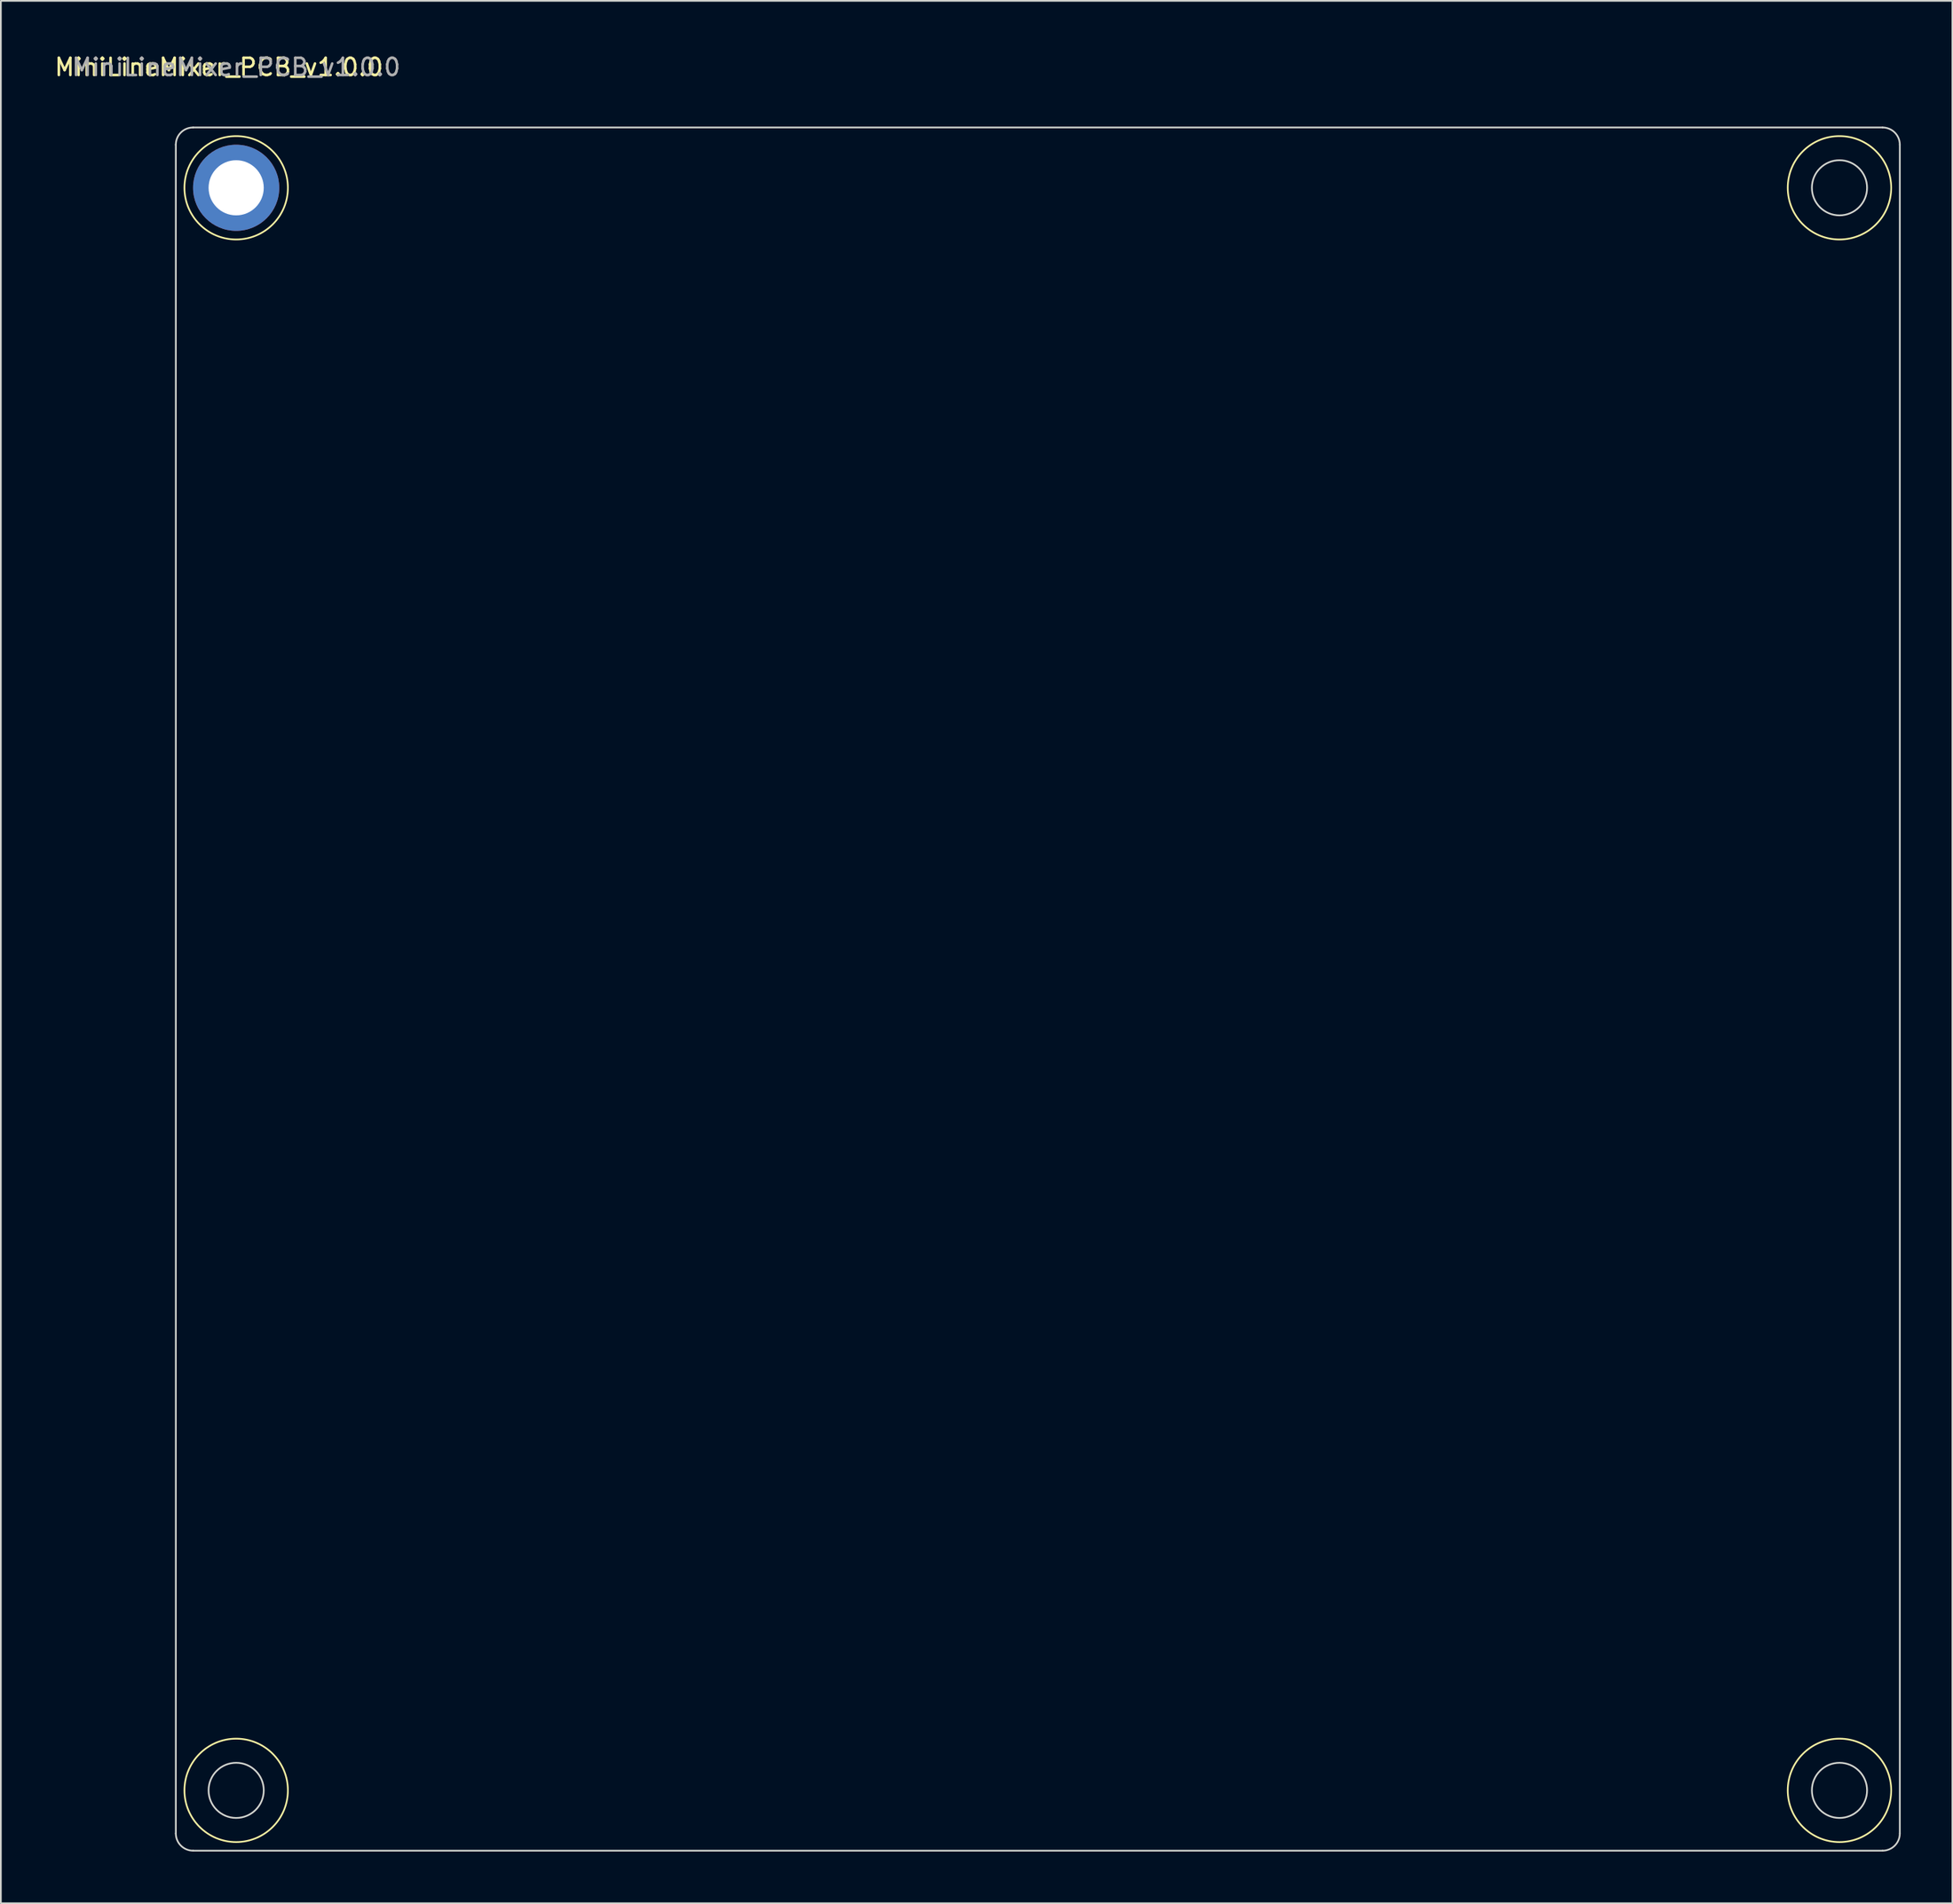
<source format=kicad_pcb>
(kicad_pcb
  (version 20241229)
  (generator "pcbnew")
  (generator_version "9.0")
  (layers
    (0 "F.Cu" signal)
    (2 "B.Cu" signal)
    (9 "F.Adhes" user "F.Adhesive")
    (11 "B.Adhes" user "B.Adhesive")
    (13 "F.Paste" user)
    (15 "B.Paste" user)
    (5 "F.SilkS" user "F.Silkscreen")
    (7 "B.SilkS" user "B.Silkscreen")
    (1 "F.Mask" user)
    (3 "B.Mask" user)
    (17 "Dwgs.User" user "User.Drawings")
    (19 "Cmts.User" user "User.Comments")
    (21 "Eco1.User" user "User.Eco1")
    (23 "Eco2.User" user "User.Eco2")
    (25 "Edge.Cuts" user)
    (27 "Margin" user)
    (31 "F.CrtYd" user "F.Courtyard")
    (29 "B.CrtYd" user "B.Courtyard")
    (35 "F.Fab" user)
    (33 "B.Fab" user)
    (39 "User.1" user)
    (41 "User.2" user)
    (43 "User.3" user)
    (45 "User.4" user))
  (footprint "MiniLineMixer_PCB_v1.0.0"
    (layer "F.Cu")
    (at 10.649 7.848)
    (property "Reference" "MiniLineMixer_PCB_v1.0.0" (at -1 -7 0) (unlocked yes) (layer "F.SilkS") (effects (font (size 1 1) (thickness 0.15))))
    (fp_circle (center 0 0) (end 3 0) (stroke (width 0.1) (type solid)) (fill no) (layer "F.SilkS"))
    (fp_circle (center 0 93) (end 3 93) (stroke (width 0.1) (type solid)) (fill no) (layer "F.SilkS"))
    (fp_circle (center 93 0) (end 96 0) (stroke (width 0.1) (type solid)) (fill no) (layer "F.SilkS"))
    (fp_circle (center 93 93) (end 96 93) (stroke (width 0.1) (type solid)) (fill no) (layer "F.SilkS"))
    (fp_line (start -3.5 -2.5) (end -3.5 95.5) (stroke (width 0.1) (type solid)) (layer "Edge.Cuts"))
    (fp_line (start -2.5 96.5) (end 95.5 96.5) (stroke (width 0.1) (type solid)) (layer "Edge.Cuts"))
    (fp_line (start 95.5 -3.5) (end -2.5 -3.5) (stroke (width 0.1) (type solid)) (layer "Edge.Cuts"))
    (fp_line (start 96.5 95.5) (end 96.5 -2.5) (stroke (width 0.1) (type solid)) (layer "Edge.Cuts"))
    (fp_arc (start -3.5 -2.5) (mid -3.207107 -3.207107) (end -2.5 -3.5) (stroke (width 0.1) (type solid)) (layer "Edge.Cuts"))
    (fp_arc (start -2.5 96.5) (mid -3.207107 96.207107) (end -3.5 95.5) (stroke (width 0.1) (type solid)) (layer "Edge.Cuts"))
    (fp_arc (start 95.5 -3.5) (mid 96.207107 -3.207107) (end 96.5 -2.5) (stroke (width 0.1) (type solid)) (layer "Edge.Cuts"))
    (fp_arc (start 96.5 95.5) (mid 96.207107 96.207107) (end 95.5 96.5) (stroke (width 0.1) (type solid)) (layer "Edge.Cuts"))
    (fp_circle (center 0 93) (end 1.6 93) (stroke (width 0.1) (type solid)) (fill no) (layer "Edge.Cuts"))
    (fp_circle (center 93 0) (end 94.6 0) (stroke (width 0.1) (type solid)) (fill no) (layer "Edge.Cuts"))
    (fp_circle (center 93 93) (end 94.6 93) (stroke (width 0.1) (type solid)) (fill no) (layer "Edge.Cuts"))
    (fp_text user "${REFERENCE}" (at 0 -7 0) (unlocked yes) (layer "F.Fab") (effects (font (size 1 1) (thickness 0.15))))
    (pad "GND" thru_hole circle (at 0 0) (size 5 5) (drill 3.2) (layers "*.Cu" "*.Mask")))
  (gr_rect
    (start -3 -3)
    (end 110.199 107.398)
    (stroke (width 0.1) (type default))
    (fill no)
    (layer "Edge.Cuts")))
</source>
